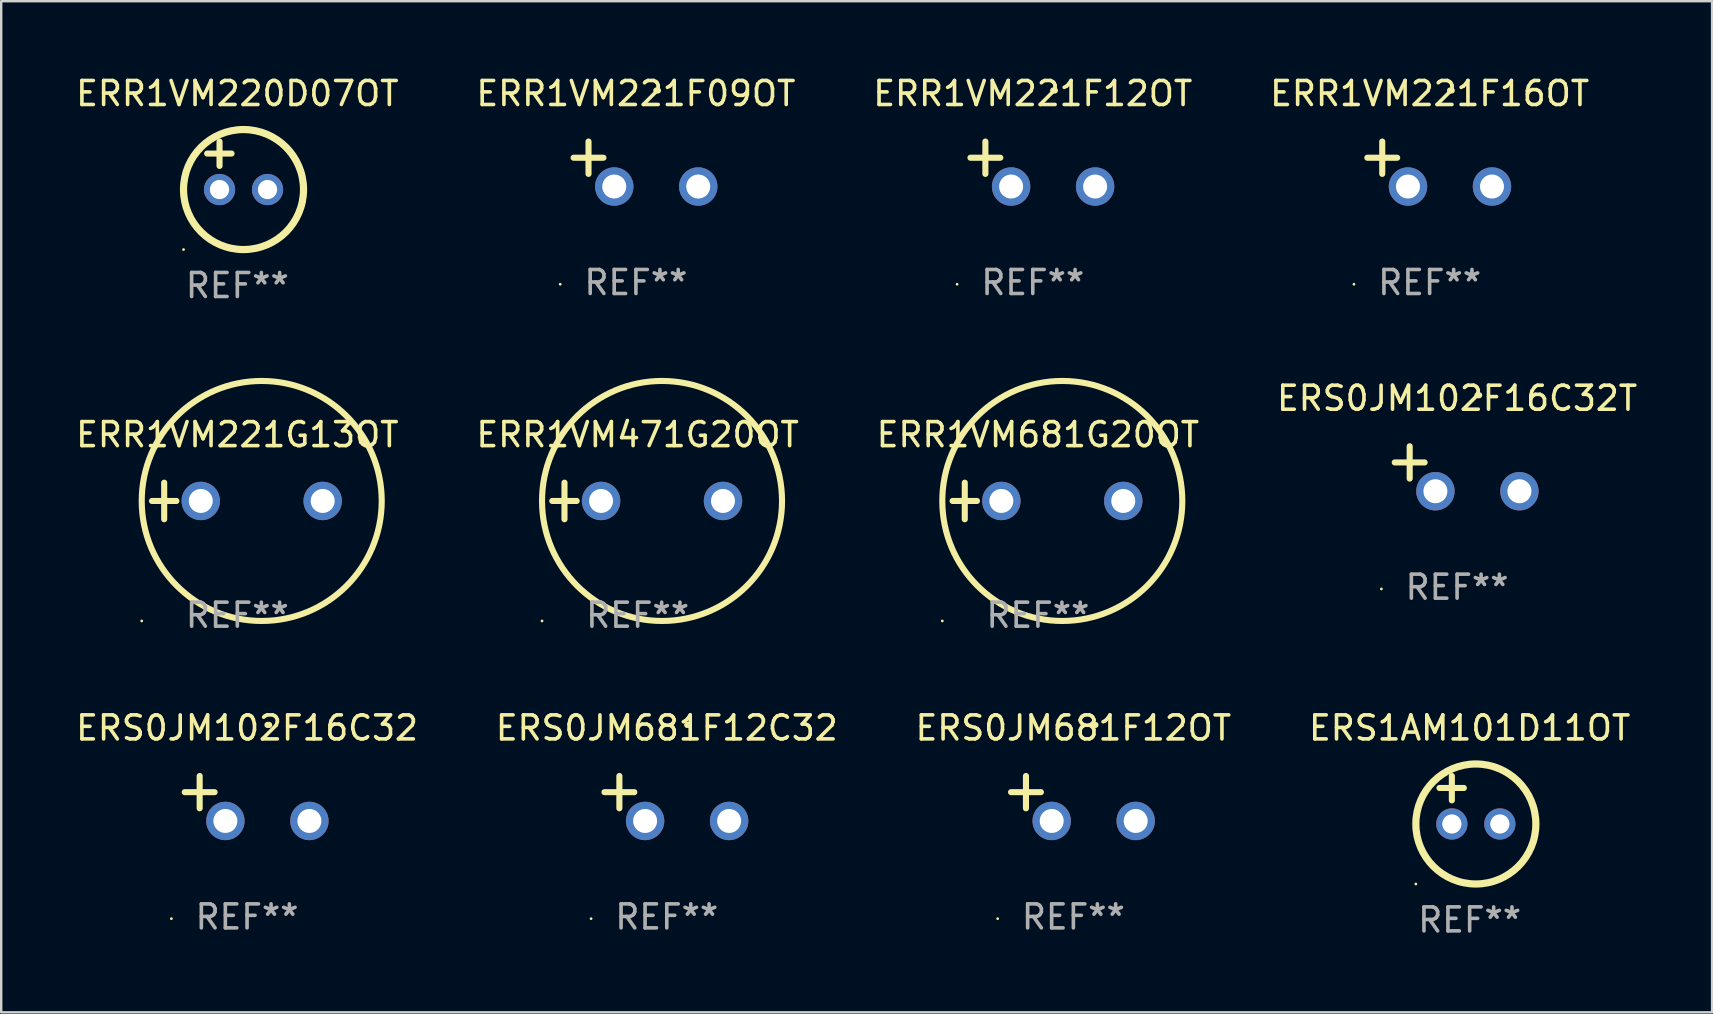
<source format=kicad_pcb>
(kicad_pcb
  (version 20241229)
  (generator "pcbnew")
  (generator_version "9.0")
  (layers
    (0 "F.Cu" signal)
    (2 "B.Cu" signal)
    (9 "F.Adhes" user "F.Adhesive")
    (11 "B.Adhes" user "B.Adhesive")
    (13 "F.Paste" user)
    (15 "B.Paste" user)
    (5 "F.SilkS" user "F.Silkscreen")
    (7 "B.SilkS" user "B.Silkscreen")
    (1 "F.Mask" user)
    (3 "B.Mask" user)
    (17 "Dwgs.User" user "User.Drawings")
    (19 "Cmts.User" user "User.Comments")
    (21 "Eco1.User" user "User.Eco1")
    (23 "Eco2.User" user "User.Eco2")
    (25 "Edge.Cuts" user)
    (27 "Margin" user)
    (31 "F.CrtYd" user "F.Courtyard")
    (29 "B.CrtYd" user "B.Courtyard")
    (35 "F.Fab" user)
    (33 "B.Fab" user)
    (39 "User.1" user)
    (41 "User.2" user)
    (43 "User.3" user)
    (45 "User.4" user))
  (footprint "ERR1VM221F12OT"
    (layer "F.Cu")
    (at 39.982 3.785)
    (property "Reference" "ERR1VM221F12OT" (at 0 -2.937 0) (layer "F.SilkS") (effects (font (size 1 1) (thickness 0.15))))
    (attr through_hole)
    (fp_line (start -1.975 0.41) (end -1.975 -0.937) (stroke (width 0.254) (type solid)) (layer "F.SilkS"))
    (fp_line (start -1.353 -0.263) (end -2.597 -0.263) (stroke (width 0.254) (type solid)) (layer "F.SilkS"))
    (fp_arc (start 0.849809 -3.063957) (mid 0.885369 -3.064114) (end 0.920929 -3.063957) (stroke (width 0.254001) (type solid)) (layer "F.SilkS"))
    (fp_circle (center -3.154 5.008) (end -3.124 5.008) (stroke (width 0.06) (type solid)) (fill no) (layer "F.SilkS"))
    (fp_text user "REF**" (at 0 4.937 0) (layer "F.Fab") (effects (font (size 1 1) (thickness 0.15))))
    (pad "1" thru_hole circle (at -0.903 0.937) (size 1.6 1.6) (drill 1) (layers "*.Cu" "*.Mask"))
    (pad "2" thru_hole circle (at 2.597 0.937) (size 1.6 1.6) (drill 1) (layers "*.Cu" "*.Mask")))
  (footprint "ERR1VM221G13OT"
    (layer "F.Cu")
    (at 6.839 17.823)
    (property "Reference" "ERR1VM221G13OT" (at 0 -2.762 0) (layer "F.SilkS") (effects (font (size 1 1) (thickness 0.15))))
    (attr through_hole)
    (fp_line (start -3.556 0) (end -2.54 0) (stroke (width 0.254) (type solid)) (layer "F.SilkS"))
    (fp_line (start -3.048 -0.762) (end -3.048 0.762) (stroke (width 0.254) (type solid)) (layer "F.SilkS"))
    (fp_circle (center -3.984 5) (end -3.954 5) (stroke (width 0.06) (type solid)) (fill no) (layer "F.SilkS"))
    (fp_circle (center 1.016 0) (end 6.016 0) (stroke (width 0.254) (type solid)) (fill no) (layer "F.SilkS"))
    (fp_text user "REF**" (at 0 4.762 0) (layer "F.Fab") (effects (font (size 1 1) (thickness 0.15))))
    (pad "1" thru_hole circle (at -1.524 0) (size 1.6 1.6) (drill 1) (layers "*.Cu" "*.Mask"))
    (pad "2" thru_hole circle (at 3.556 0) (size 1.6 1.6) (drill 1) (layers "*.Cu" "*.Mask")))
  (footprint "ERR1VM221F16OT"
    (layer "F.Cu")
    (at 56.518 3.785)
    (property "Reference" "ERR1VM221F16OT" (at 0 -2.937 0) (layer "F.SilkS") (effects (font (size 1 1) (thickness 0.15))))
    (attr through_hole)
    (fp_line (start -1.975 0.41) (end -1.975 -0.937) (stroke (width 0.254) (type solid)) (layer "F.SilkS"))
    (fp_line (start -1.353 -0.263) (end -2.597 -0.263) (stroke (width 0.254) (type solid)) (layer "F.SilkS"))
    (fp_arc (start 0.849809 -3.063957) (mid 0.885369 -3.064114) (end 0.920929 -3.063957) (stroke (width 0.254001) (type solid)) (layer "F.SilkS"))
    (fp_circle (center -3.154 5.008) (end -3.124 5.008) (stroke (width 0.06) (type solid)) (fill no) (layer "F.SilkS"))
    (fp_text user "REF**" (at 0 4.937 0) (layer "F.Fab") (effects (font (size 1 1) (thickness 0.15))))
    (pad "1" thru_hole circle (at -0.903 0.937) (size 1.6 1.6) (drill 1) (layers "*.Cu" "*.Mask"))
    (pad "2" thru_hole circle (at 2.597 0.937) (size 1.6 1.6) (drill 1) (layers "*.Cu" "*.Mask")))
  (footprint "ERR1VM681G20OT"
    (layer "F.Cu")
    (at 40.196 17.823)
    (property "Reference" "ERR1VM681G20OT" (at 0 -2.762 0) (layer "F.SilkS") (effects (font (size 1 1) (thickness 0.15))))
    (attr through_hole)
    (fp_line (start -3.556 0) (end -2.54 0) (stroke (width 0.254) (type solid)) (layer "F.SilkS"))
    (fp_line (start -3.048 -0.762) (end -3.048 0.762) (stroke (width 0.254) (type solid)) (layer "F.SilkS"))
    (fp_circle (center -3.984 5) (end -3.954 5) (stroke (width 0.06) (type solid)) (fill no) (layer "F.SilkS"))
    (fp_circle (center 1.016 0) (end 6.016 0) (stroke (width 0.254) (type solid)) (fill no) (layer "F.SilkS"))
    (fp_text user "REF**" (at 0 4.762 0) (layer "F.Fab") (effects (font (size 1 1) (thickness 0.15))))
    (pad "1" thru_hole circle (at -1.524 0) (size 1.6 1.6) (drill 1) (layers "*.Cu" "*.Mask"))
    (pad "2" thru_hole circle (at 3.556 0) (size 1.6 1.6) (drill 1) (layers "*.Cu" "*.Mask")))
  (footprint "ERR1VM471G20OT"
    (layer "F.Cu")
    (at 23.518 17.823)
    (property "Reference" "ERR1VM471G20OT" (at 0 -2.762 0) (layer "F.SilkS") (effects (font (size 1 1) (thickness 0.15))))
    (attr through_hole)
    (fp_line (start -3.556 0) (end -2.54 0) (stroke (width 0.254) (type solid)) (layer "F.SilkS"))
    (fp_line (start -3.048 -0.762) (end -3.048 0.762) (stroke (width 0.254) (type solid)) (layer "F.SilkS"))
    (fp_circle (center -3.984 5) (end -3.954 5) (stroke (width 0.06) (type solid)) (fill no) (layer "F.SilkS"))
    (fp_circle (center 1.016 0) (end 6.016 0) (stroke (width 0.254) (type solid)) (fill no) (layer "F.SilkS"))
    (fp_text user "REF**" (at 0 4.762 0) (layer "F.Fab") (effects (font (size 1 1) (thickness 0.15))))
    (pad "1" thru_hole circle (at -1.524 0) (size 1.6 1.6) (drill 1) (layers "*.Cu" "*.Mask"))
    (pad "2" thru_hole circle (at 3.556 0) (size 1.6 1.6) (drill 1) (layers "*.Cu" "*.Mask")))
  (footprint "ERR1VM221F09OT"
    (layer "F.Cu")
    (at 23.446 3.785)
    (property "Reference" "ERR1VM221F09OT" (at 0 -2.937 0) (layer "F.SilkS") (effects (font (size 1 1) (thickness 0.15))))
    (attr through_hole)
    (fp_line (start -1.975 0.41) (end -1.975 -0.937) (stroke (width 0.254) (type solid)) (layer "F.SilkS"))
    (fp_line (start -1.353 -0.263) (end -2.597 -0.263) (stroke (width 0.254) (type solid)) (layer "F.SilkS"))
    (fp_arc (start 0.849809 -3.063957) (mid 0.885369 -3.064114) (end 0.920929 -3.063957) (stroke (width 0.254001) (type solid)) (layer "F.SilkS"))
    (fp_circle (center -3.154 5.008) (end -3.124 5.008) (stroke (width 0.06) (type solid)) (fill no) (layer "F.SilkS"))
    (fp_text user "REF**" (at 0 4.937 0) (layer "F.Fab") (effects (font (size 1 1) (thickness 0.15))))
    (pad "1" thru_hole circle (at -0.903 0.937) (size 1.6 1.6) (drill 1) (layers "*.Cu" "*.Mask"))
    (pad "2" thru_hole circle (at 2.597 0.937) (size 1.6 1.6) (drill 1) (layers "*.Cu" "*.Mask")))
  (footprint "ERS0JM681F12C32"
    (layer "F.Cu")
    (at 24.732 30.219)
    (property "Reference" "ERS0JM681F12C32" (at 0 -2.937 0) (layer "F.SilkS") (effects (font (size 1 1) (thickness 0.15))))
    (attr through_hole)
    (fp_line (start -1.975 0.41) (end -1.975 -0.937) (stroke (width 0.254) (type solid)) (layer "F.SilkS"))
    (fp_line (start -1.353 -0.263) (end -2.597 -0.263) (stroke (width 0.254) (type solid)) (layer "F.SilkS"))
    (fp_arc (start 0.849809 -3.063957) (mid 0.885369 -3.064114) (end 0.920929 -3.063957) (stroke (width 0.254001) (type solid)) (layer "F.SilkS"))
    (fp_circle (center -3.154 5.008) (end -3.124 5.008) (stroke (width 0.06) (type solid)) (fill no) (layer "F.SilkS"))
    (fp_text user "REF**" (at 0 4.937 0) (layer "F.Fab") (effects (font (size 1 1) (thickness 0.15))))
    (pad "1" thru_hole circle (at -0.903 0.937) (size 1.6 1.6) (drill 1) (layers "*.Cu" "*.Mask"))
    (pad "2" thru_hole circle (at 2.597 0.937) (size 1.6 1.6) (drill 1) (layers "*.Cu" "*.Mask")))
  (footprint "ERS0JM102F16C32T"
    (layer "F.Cu")
    (at 57.661 16.481)
    (property "Reference" "ERS0JM102F16C32T" (at 0 -2.937 0) (layer "F.SilkS") (effects (font (size 1 1) (thickness 0.15))))
    (attr through_hole)
    (fp_line (start -1.975 0.41) (end -1.975 -0.937) (stroke (width 0.254) (type solid)) (layer "F.SilkS"))
    (fp_line (start -1.353 -0.263) (end -2.597 -0.263) (stroke (width 0.254) (type solid)) (layer "F.SilkS"))
    (fp_arc (start 0.849809 -3.063957) (mid 0.885369 -3.064114) (end 0.920929 -3.063957) (stroke (width 0.254001) (type solid)) (layer "F.SilkS"))
    (fp_circle (center -3.154 5.008) (end -3.124 5.008) (stroke (width 0.06) (type solid)) (fill no) (layer "F.SilkS"))
    (fp_text user "REF**" (at 0 4.937 0) (layer "F.Fab") (effects (font (size 1 1) (thickness 0.15))))
    (pad "1" thru_hole circle (at -0.903 0.937) (size 1.6 1.6) (drill 1) (layers "*.Cu" "*.Mask"))
    (pad "2" thru_hole circle (at 2.597 0.937) (size 1.6 1.6) (drill 1) (layers "*.Cu" "*.Mask")))
  (footprint "ERS0JM102F16C32"
    (layer "F.Cu")
    (at 7.244 30.219)
    (property "Reference" "ERS0JM102F16C32" (at 0 -2.937 0) (layer "F.SilkS") (effects (font (size 1 1) (thickness 0.15))))
    (attr through_hole)
    (fp_line (start -1.975 0.41) (end -1.975 -0.937) (stroke (width 0.254) (type solid)) (layer "F.SilkS"))
    (fp_line (start -1.353 -0.263) (end -2.597 -0.263) (stroke (width 0.254) (type solid)) (layer "F.SilkS"))
    (fp_arc (start 0.849809 -3.063957) (mid 0.885369 -3.064114) (end 0.920929 -3.063957) (stroke (width 0.254001) (type solid)) (layer "F.SilkS"))
    (fp_circle (center -3.154 5.008) (end -3.124 5.008) (stroke (width 0.06) (type solid)) (fill no) (layer "F.SilkS"))
    (fp_text user "REF**" (at 0 4.937 0) (layer "F.Fab") (effects (font (size 1 1) (thickness 0.15))))
    (pad "1" thru_hole circle (at -0.903 0.937) (size 1.6 1.6) (drill 1) (layers "*.Cu" "*.Mask"))
    (pad "2" thru_hole circle (at 2.597 0.937) (size 1.6 1.6) (drill 1) (layers "*.Cu" "*.Mask")))
  (footprint "ERS0JM681F12OT"
    (layer "F.Cu")
    (at 41.673 30.219)
    (property "Reference" "ERS0JM681F12OT" (at 0 -2.937 0) (layer "F.SilkS") (effects (font (size 1 1) (thickness 0.15))))
    (attr through_hole)
    (fp_line (start -1.975 0.41) (end -1.975 -0.937) (stroke (width 0.254) (type solid)) (layer "F.SilkS"))
    (fp_line (start -1.353 -0.263) (end -2.597 -0.263) (stroke (width 0.254) (type solid)) (layer "F.SilkS"))
    (fp_arc (start 0.849809 -3.063957) (mid 0.885369 -3.064114) (end 0.920929 -3.063957) (stroke (width 0.254001) (type solid)) (layer "F.SilkS"))
    (fp_circle (center -3.154 5.008) (end -3.124 5.008) (stroke (width 0.06) (type solid)) (fill no) (layer "F.SilkS"))
    (fp_text user "REF**" (at 0 4.937 0) (layer "F.Fab") (effects (font (size 1 1) (thickness 0.15))))
    (pad "1" thru_hole circle (at -0.903 0.937) (size 1.6 1.6) (drill 1) (layers "*.Cu" "*.Mask"))
    (pad "2" thru_hole circle (at 2.597 0.937) (size 1.6 1.6) (drill 1) (layers "*.Cu" "*.Mask")))
  (footprint "ERS1AM101D11OT"
    (layer "F.Cu")
    (at 58.185 30.282)
    (property "Reference" "ERS1AM101D11OT" (at 0 -3 0) (layer "F.SilkS") (effects (font (size 1 1) (thickness 0.15))))
    (attr through_hole)
    (fp_line (start -1.258 -0.5) (end -0.242 -0.5) (stroke (width 0.254) (type solid)) (layer "F.SilkS"))
    (fp_line (start -0.742 -1) (end -0.742 0.016) (stroke (width 0.254) (type solid)) (layer "F.SilkS"))
    (fp_circle (center -2.242 3.5) (end -2.212 3.5) (stroke (width 0.06) (type solid)) (fill no) (layer "F.SilkS"))
    (fp_circle (center 0.258 1) (end 2.758 1) (stroke (width 0.3) (type solid)) (fill no) (layer "F.SilkS"))
    (fp_text user "REF**" (at 0 5 0) (layer "F.Fab") (effects (font (size 1 1) (thickness 0.15))))
    (pad "1" thru_hole circle (at -0.742 1) (size 1.3 1.3) (drill 0.8) (layers "*.Cu" "*.Mask"))
    (pad "2" thru_hole circle (at 1.258 1) (size 1.3 1.3) (drill 0.8) (layers "*.Cu" "*.Mask")))
  (footprint "ERR1VM220D07OT"
    (layer "F.Cu")
    (at 6.839 3.848)
    (property "Reference" "ERR1VM220D07OT" (at 0 -3 0) (layer "F.SilkS") (effects (font (size 1 1) (thickness 0.15))))
    (attr through_hole)
    (fp_line (start -1.258 -0.5) (end -0.242 -0.5) (stroke (width 0.254) (type solid)) (layer "F.SilkS"))
    (fp_line (start -0.742 -1) (end -0.742 0.016) (stroke (width 0.254) (type solid)) (layer "F.SilkS"))
    (fp_circle (center -2.242 3.5) (end -2.212 3.5) (stroke (width 0.06) (type solid)) (fill no) (layer "F.SilkS"))
    (fp_circle (center 0.258 1) (end 2.758 1) (stroke (width 0.3) (type solid)) (fill no) (layer "F.SilkS"))
    (fp_text user "REF**" (at 0 5 0) (layer "F.Fab") (effects (font (size 1 1) (thickness 0.15))))
    (pad "1" thru_hole circle (at -0.742 1) (size 1.3 1.3) (drill 0.8) (layers "*.Cu" "*.Mask"))
    (pad "2" thru_hole circle (at 1.258 1) (size 1.3 1.3) (drill 0.8) (layers "*.Cu" "*.Mask")))
  (gr_rect
    (start -3 -3)
    (end 68.286 39.13)
    (stroke (width 0.1) (type default))
    (fill no)
    (layer "Edge.Cuts")))
</source>
